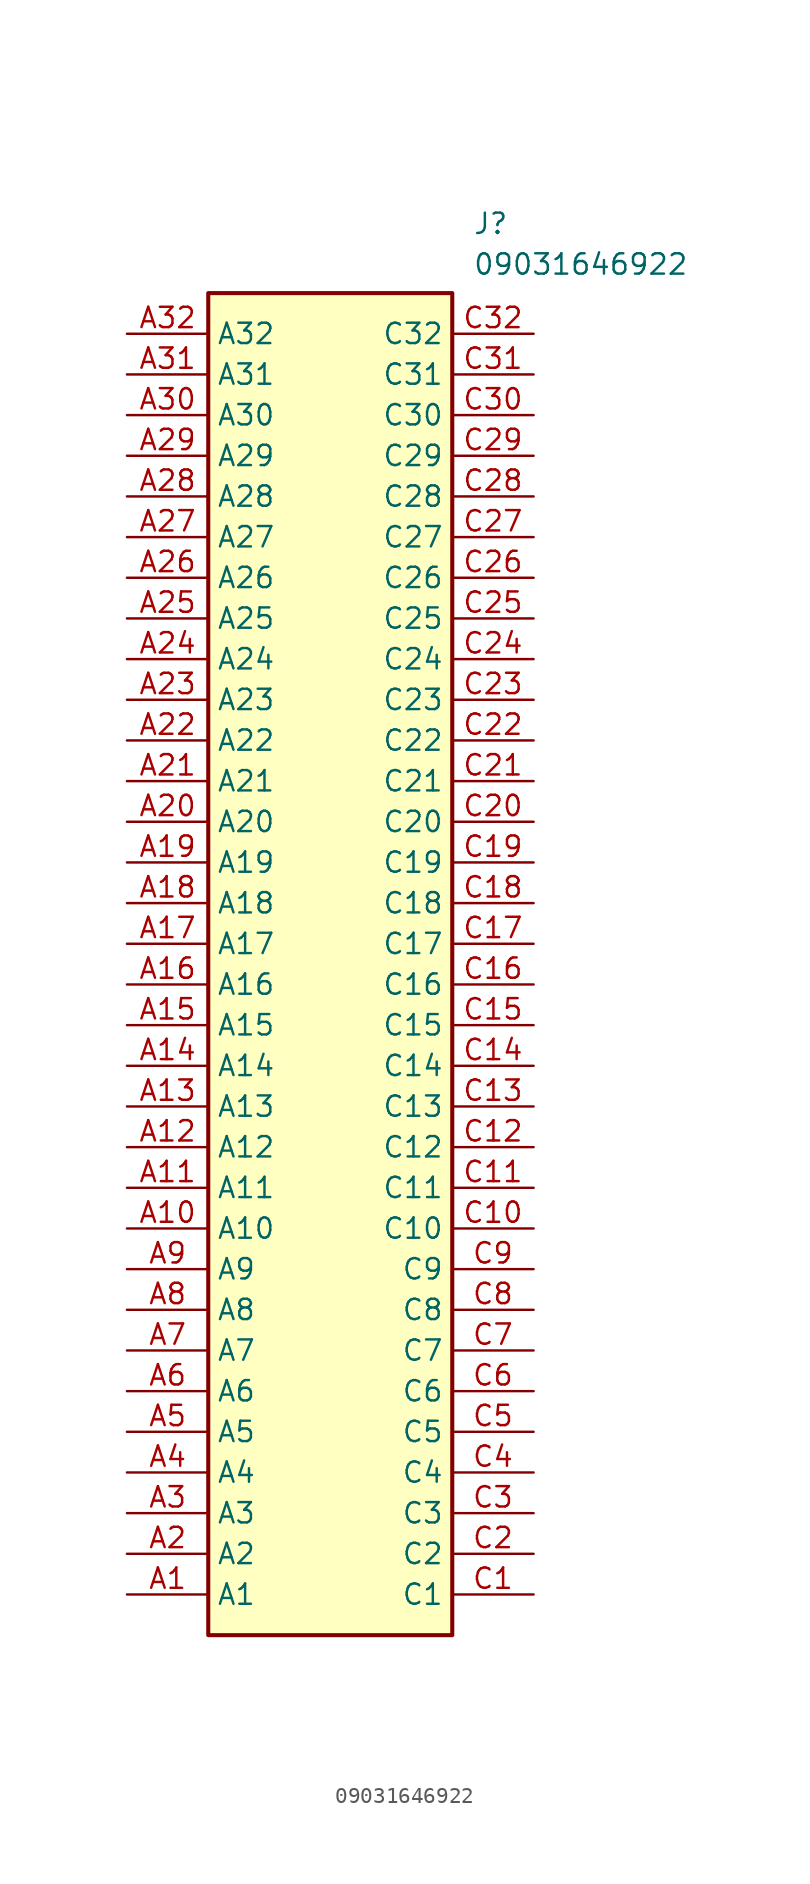
<source format=kicad_sym>
(kicad_symbol_lib
  (version 20211014)
  (generator SamacSys_ECAD_Model)
  (symbol "09031646922"
    (property "Reference" "J"
      (at 21.59 7.62 0)
      (effects (font (size 1.27 1.27)) (justify left top)))
    (property "Value" "09031646922"
      (at 21.59 5.08 0)
      (effects (font (size 1.27 1.27)) (justify left top)))
    (rectangle
      (start 5.08 2.54)
      (end 20.32 -81.28)
      (stroke (width 0.254) (type default))
      (fill (type background)))
    (pin passive line
      (at 0 -78.74 0)
      (length 5.08)
      (name "A1" (effects (font (size 1.27 1.27))))
      (number "A1" (effects (font (size 1.27 1.27)))))
    (pin passive line
      (at 0 -76.2 0)
      (length 5.08)
      (name "A2" (effects (font (size 1.27 1.27))))
      (number "A2" (effects (font (size 1.27 1.27)))))
    (pin passive line
      (at 0 -73.66 0)
      (length 5.08)
      (name "A3" (effects (font (size 1.27 1.27))))
      (number "A3" (effects (font (size 1.27 1.27)))))
    (pin passive line
      (at 0 -71.12 0)
      (length 5.08)
      (name "A4" (effects (font (size 1.27 1.27))))
      (number "A4" (effects (font (size 1.27 1.27)))))
    (pin passive line
      (at 0 -68.58 0)
      (length 5.08)
      (name "A5" (effects (font (size 1.27 1.27))))
      (number "A5" (effects (font (size 1.27 1.27)))))
    (pin passive line
      (at 0 -66.04 0)
      (length 5.08)
      (name "A6" (effects (font (size 1.27 1.27))))
      (number "A6" (effects (font (size 1.27 1.27)))))
    (pin passive line
      (at 0 -63.5 0)
      (length 5.08)
      (name "A7" (effects (font (size 1.27 1.27))))
      (number "A7" (effects (font (size 1.27 1.27)))))
    (pin passive line
      (at 0 -60.96 0)
      (length 5.08)
      (name "A8" (effects (font (size 1.27 1.27))))
      (number "A8" (effects (font (size 1.27 1.27)))))
    (pin passive line
      (at 0 -58.42 0)
      (length 5.08)
      (name "A9" (effects (font (size 1.27 1.27))))
      (number "A9" (effects (font (size 1.27 1.27)))))
    (pin passive line
      (at 0 -55.88 0)
      (length 5.08)
      (name "A10" (effects (font (size 1.27 1.27))))
      (number "A10" (effects (font (size 1.27 1.27)))))
    (pin passive line
      (at 0 -53.34 0)
      (length 5.08)
      (name "A11" (effects (font (size 1.27 1.27))))
      (number "A11" (effects (font (size 1.27 1.27)))))
    (pin passive line
      (at 0 -50.8 0)
      (length 5.08)
      (name "A12" (effects (font (size 1.27 1.27))))
      (number "A12" (effects (font (size 1.27 1.27)))))
    (pin passive line
      (at 0 -48.26 0)
      (length 5.08)
      (name "A13" (effects (font (size 1.27 1.27))))
      (number "A13" (effects (font (size 1.27 1.27)))))
    (pin passive line
      (at 0 -45.72 0)
      (length 5.08)
      (name "A14" (effects (font (size 1.27 1.27))))
      (number "A14" (effects (font (size 1.27 1.27)))))
    (pin passive line
      (at 0 -43.18 0)
      (length 5.08)
      (name "A15" (effects (font (size 1.27 1.27))))
      (number "A15" (effects (font (size 1.27 1.27)))))
    (pin passive line
      (at 0 -40.64 0)
      (length 5.08)
      (name "A16" (effects (font (size 1.27 1.27))))
      (number "A16" (effects (font (size 1.27 1.27)))))
    (pin passive line
      (at 0 -38.1 0)
      (length 5.08)
      (name "A17" (effects (font (size 1.27 1.27))))
      (number "A17" (effects (font (size 1.27 1.27)))))
    (pin passive line
      (at 0 -35.56 0)
      (length 5.08)
      (name "A18" (effects (font (size 1.27 1.27))))
      (number "A18" (effects (font (size 1.27 1.27)))))
    (pin passive line
      (at 0 -33.02 0)
      (length 5.08)
      (name "A19" (effects (font (size 1.27 1.27))))
      (number "A19" (effects (font (size 1.27 1.27)))))
    (pin passive line
      (at 0 -30.48 0)
      (length 5.08)
      (name "A20" (effects (font (size 1.27 1.27))))
      (number "A20" (effects (font (size 1.27 1.27)))))
    (pin passive line
      (at 0 -27.94 0)
      (length 5.08)
      (name "A21" (effects (font (size 1.27 1.27))))
      (number "A21" (effects (font (size 1.27 1.27)))))
    (pin passive line
      (at 0 -25.4 0)
      (length 5.08)
      (name "A22" (effects (font (size 1.27 1.27))))
      (number "A22" (effects (font (size 1.27 1.27)))))
    (pin passive line
      (at 0 -22.86 0)
      (length 5.08)
      (name "A23" (effects (font (size 1.27 1.27))))
      (number "A23" (effects (font (size 1.27 1.27)))))
    (pin passive line
      (at 0 -20.32 0)
      (length 5.08)
      (name "A24" (effects (font (size 1.27 1.27))))
      (number "A24" (effects (font (size 1.27 1.27)))))
    (pin passive line
      (at 0 -17.78 0)
      (length 5.08)
      (name "A25" (effects (font (size 1.27 1.27))))
      (number "A25" (effects (font (size 1.27 1.27)))))
    (pin passive line
      (at 0 -15.24 0)
      (length 5.08)
      (name "A26" (effects (font (size 1.27 1.27))))
      (number "A26" (effects (font (size 1.27 1.27)))))
    (pin passive line
      (at 0 -12.7 0)
      (length 5.08)
      (name "A27" (effects (font (size 1.27 1.27))))
      (number "A27" (effects (font (size 1.27 1.27)))))
    (pin passive line
      (at 0 -10.16 0)
      (length 5.08)
      (name "A28" (effects (font (size 1.27 1.27))))
      (number "A28" (effects (font (size 1.27 1.27)))))
    (pin passive line
      (at 0 -7.62 0)
      (length 5.08)
      (name "A29" (effects (font (size 1.27 1.27))))
      (number "A29" (effects (font (size 1.27 1.27)))))
    (pin passive line
      (at 0 -5.08 0)
      (length 5.08)
      (name "A30" (effects (font (size 1.27 1.27))))
      (number "A30" (effects (font (size 1.27 1.27)))))
    (pin passive line
      (at 0 -2.54 0)
      (length 5.08)
      (name "A31" (effects (font (size 1.27 1.27))))
      (number "A31" (effects (font (size 1.27 1.27)))))
    (pin passive line
      (at 0 0 0)
      (length 5.08)
      (name "A32" (effects (font (size 1.27 1.27))))
      (number "A32" (effects (font (size 1.27 1.27)))))
    (pin passive line
      (at 25.4 -78.74 180)
      (length 5.08)
      (name "C1" (effects (font (size 1.27 1.27))))
      (number "C1" (effects (font (size 1.27 1.27)))))
    (pin passive line
      (at 25.4 -76.2 180)
      (length 5.08)
      (name "C2" (effects (font (size 1.27 1.27))))
      (number "C2" (effects (font (size 1.27 1.27)))))
    (pin passive line
      (at 25.4 -73.66 180)
      (length 5.08)
      (name "C3" (effects (font (size 1.27 1.27))))
      (number "C3" (effects (font (size 1.27 1.27)))))
    (pin passive line
      (at 25.4 -71.12 180)
      (length 5.08)
      (name "C4" (effects (font (size 1.27 1.27))))
      (number "C4" (effects (font (size 1.27 1.27)))))
    (pin passive line
      (at 25.4 -68.58 180)
      (length 5.08)
      (name "C5" (effects (font (size 1.27 1.27))))
      (number "C5" (effects (font (size 1.27 1.27)))))
    (pin passive line
      (at 25.4 -66.04 180)
      (length 5.08)
      (name "C6" (effects (font (size 1.27 1.27))))
      (number "C6" (effects (font (size 1.27 1.27)))))
    (pin passive line
      (at 25.4 -63.5 180)
      (length 5.08)
      (name "C7" (effects (font (size 1.27 1.27))))
      (number "C7" (effects (font (size 1.27 1.27)))))
    (pin passive line
      (at 25.4 -60.96 180)
      (length 5.08)
      (name "C8" (effects (font (size 1.27 1.27))))
      (number "C8" (effects (font (size 1.27 1.27)))))
    (pin passive line
      (at 25.4 -58.42 180)
      (length 5.08)
      (name "C9" (effects (font (size 1.27 1.27))))
      (number "C9" (effects (font (size 1.27 1.27)))))
    (pin passive line
      (at 25.4 -55.88 180)
      (length 5.08)
      (name "C10" (effects (font (size 1.27 1.27))))
      (number "C10" (effects (font (size 1.27 1.27)))))
    (pin passive line
      (at 25.4 -53.34 180)
      (length 5.08)
      (name "C11" (effects (font (size 1.27 1.27))))
      (number "C11" (effects (font (size 1.27 1.27)))))
    (pin passive line
      (at 25.4 -50.8 180)
      (length 5.08)
      (name "C12" (effects (font (size 1.27 1.27))))
      (number "C12" (effects (font (size 1.27 1.27)))))
    (pin passive line
      (at 25.4 -48.26 180)
      (length 5.08)
      (name "C13" (effects (font (size 1.27 1.27))))
      (number "C13" (effects (font (size 1.27 1.27)))))
    (pin passive line
      (at 25.4 -45.72 180)
      (length 5.08)
      (name "C14" (effects (font (size 1.27 1.27))))
      (number "C14" (effects (font (size 1.27 1.27)))))
    (pin passive line
      (at 25.4 -43.18 180)
      (length 5.08)
      (name "C15" (effects (font (size 1.27 1.27))))
      (number "C15" (effects (font (size 1.27 1.27)))))
    (pin passive line
      (at 25.4 -40.64 180)
      (length 5.08)
      (name "C16" (effects (font (size 1.27 1.27))))
      (number "C16" (effects (font (size 1.27 1.27)))))
    (pin passive line
      (at 25.4 -38.1 180)
      (length 5.08)
      (name "C17" (effects (font (size 1.27 1.27))))
      (number "C17" (effects (font (size 1.27 1.27)))))
    (pin passive line
      (at 25.4 -35.56 180)
      (length 5.08)
      (name "C18" (effects (font (size 1.27 1.27))))
      (number "C18" (effects (font (size 1.27 1.27)))))
    (pin passive line
      (at 25.4 -33.02 180)
      (length 5.08)
      (name "C19" (effects (font (size 1.27 1.27))))
      (number "C19" (effects (font (size 1.27 1.27)))))
    (pin passive line
      (at 25.4 -30.48 180)
      (length 5.08)
      (name "C20" (effects (font (size 1.27 1.27))))
      (number "C20" (effects (font (size 1.27 1.27)))))
    (pin passive line
      (at 25.4 -27.94 180)
      (length 5.08)
      (name "C21" (effects (font (size 1.27 1.27))))
      (number "C21" (effects (font (size 1.27 1.27)))))
    (pin passive line
      (at 25.4 -25.4 180)
      (length 5.08)
      (name "C22" (effects (font (size 1.27 1.27))))
      (number "C22" (effects (font (size 1.27 1.27)))))
    (pin passive line
      (at 25.4 -22.86 180)
      (length 5.08)
      (name "C23" (effects (font (size 1.27 1.27))))
      (number "C23" (effects (font (size 1.27 1.27)))))
    (pin passive line
      (at 25.4 -20.32 180)
      (length 5.08)
      (name "C24" (effects (font (size 1.27 1.27))))
      (number "C24" (effects (font (size 1.27 1.27)))))
    (pin passive line
      (at 25.4 -17.78 180)
      (length 5.08)
      (name "C25" (effects (font (size 1.27 1.27))))
      (number "C25" (effects (font (size 1.27 1.27)))))
    (pin passive line
      (at 25.4 -15.24 180)
      (length 5.08)
      (name "C26" (effects (font (size 1.27 1.27))))
      (number "C26" (effects (font (size 1.27 1.27)))))
    (pin passive line
      (at 25.4 -12.7 180)
      (length 5.08)
      (name "C27" (effects (font (size 1.27 1.27))))
      (number "C27" (effects (font (size 1.27 1.27)))))
    (pin passive line
      (at 25.4 -10.16 180)
      (length 5.08)
      (name "C28" (effects (font (size 1.27 1.27))))
      (number "C28" (effects (font (size 1.27 1.27)))))
    (pin passive line
      (at 25.4 -7.62 180)
      (length 5.08)
      (name "C29" (effects (font (size 1.27 1.27))))
      (number "C29" (effects (font (size 1.27 1.27)))))
    (pin passive line
      (at 25.4 -5.08 180)
      (length 5.08)
      (name "C30" (effects (font (size 1.27 1.27))))
      (number "C30" (effects (font (size 1.27 1.27)))))
    (pin passive line
      (at 25.4 -2.54 180)
      (length 5.08)
      (name "C31" (effects (font (size 1.27 1.27))))
      (number "C31" (effects (font (size 1.27 1.27)))))
    (pin passive line
      (at 25.4 0 180)
      (length 5.08)
      (name "C32" (effects (font (size 1.27 1.27))))
      (number "C32" (effects (font (size 1.27 1.27)))))))
</source>
